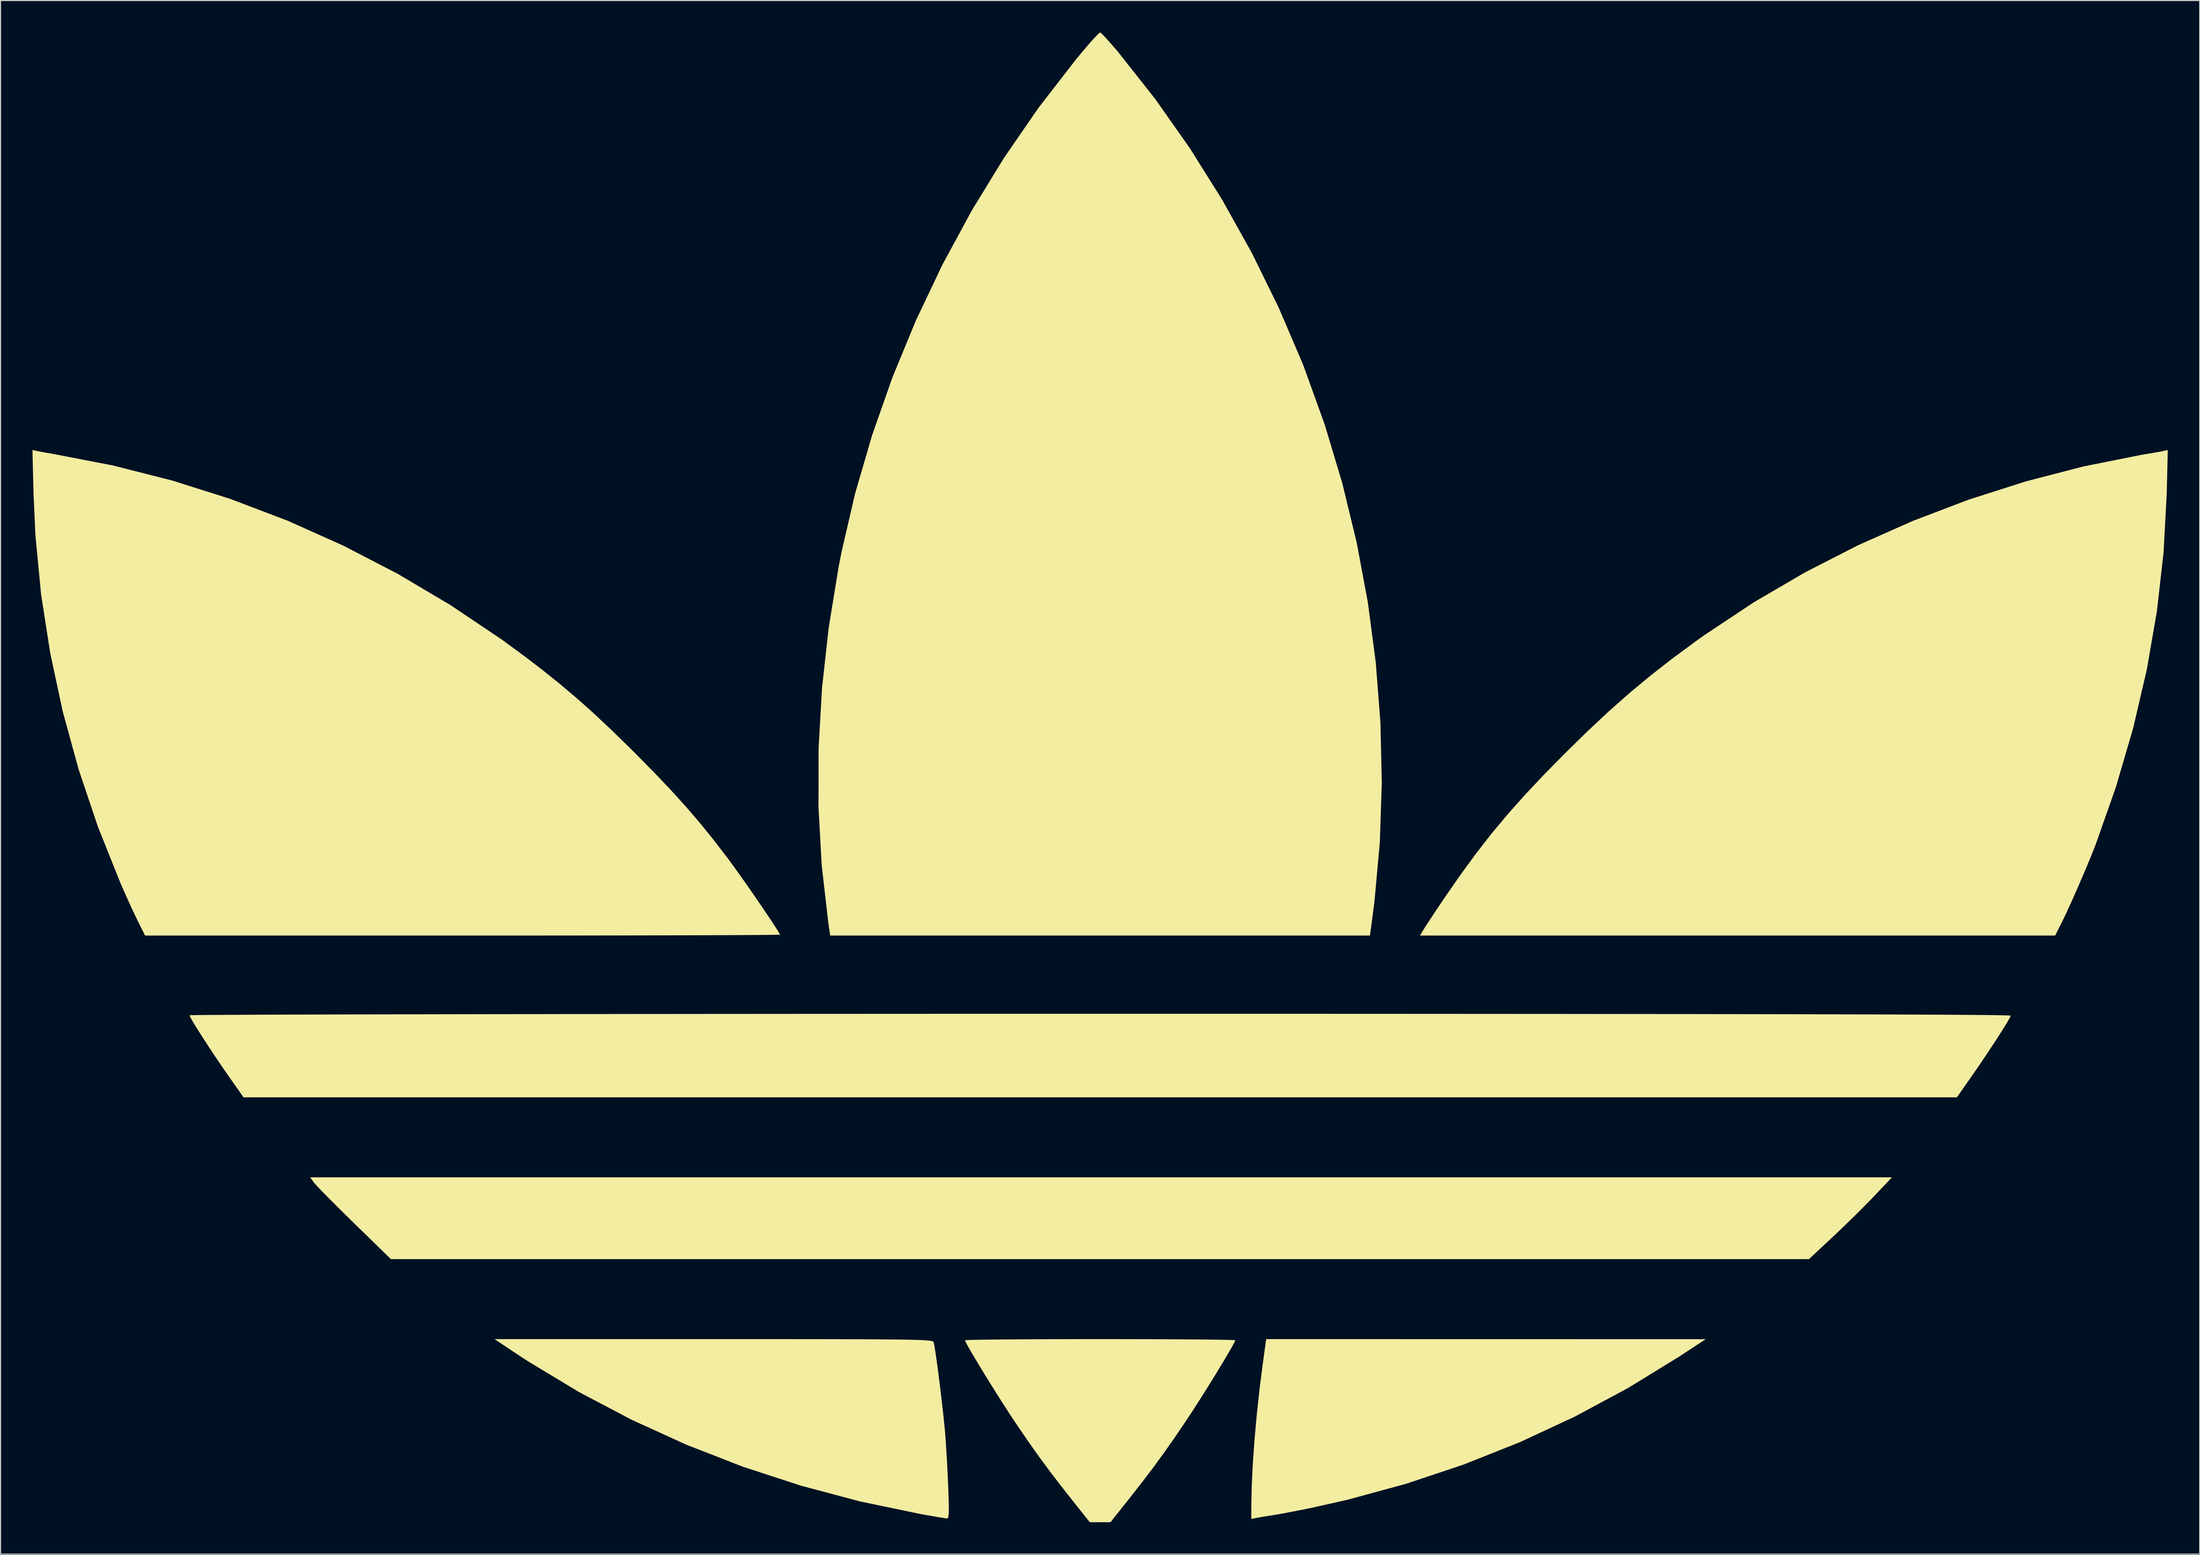
<source format=kicad_pcb>
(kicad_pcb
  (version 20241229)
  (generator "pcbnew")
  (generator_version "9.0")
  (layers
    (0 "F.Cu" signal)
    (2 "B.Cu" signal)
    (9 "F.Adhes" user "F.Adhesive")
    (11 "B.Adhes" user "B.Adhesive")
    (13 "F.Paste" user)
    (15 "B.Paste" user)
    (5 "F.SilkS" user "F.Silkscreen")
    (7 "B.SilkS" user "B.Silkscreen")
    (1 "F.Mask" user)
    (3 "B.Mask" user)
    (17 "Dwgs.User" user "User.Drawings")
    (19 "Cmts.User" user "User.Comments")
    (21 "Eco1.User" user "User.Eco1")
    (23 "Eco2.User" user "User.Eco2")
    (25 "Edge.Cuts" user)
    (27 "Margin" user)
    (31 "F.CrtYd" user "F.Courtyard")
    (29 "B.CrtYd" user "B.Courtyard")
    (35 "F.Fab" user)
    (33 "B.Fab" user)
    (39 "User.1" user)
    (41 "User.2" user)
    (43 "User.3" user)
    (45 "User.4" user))
  (footprint "adidas"
    (layer "F.Cu")
    (at 100.314 70.017)
    (property "Reference" "adidas" (at 0 0 0) (layer "F.SilkS") (effects (font (size 1.524 1.524) (thickness 0.3))))
    (attr board_only exclude_from_pos_files exclude_from_bom)
    (fp_poly (pts (xy 72.778 39.312) (xy 72.086 40.027) (xy 71.232 40.884) (xy 70.301 41.798) (xy 69.379 42.685) (xy 68.881 43.155) (xy 66.602 45.286) (xy -66.635 45.286) (xy -70.082 41.925) (xy -70.986 41.039) (xy -71.825 40.207) (xy -72.566 39.462) (xy -73.175 38.841) (xy -73.616 38.376) (xy -73.857 38.104) (xy -73.873 38.082) (xy -74.217 37.599) (xy 74.396 37.599)) (stroke (width 0) (type solid)) (fill yes) (layer "F.SilkS"))
    (fp_poly (pts (xy 36.251 52.809) (xy 56.899 52.812) (xy 54.393 54.456) (xy 49.589 57.409) (xy 44.602 60.088) (xy 39.45 62.487) (xy 34.154 64.596) (xy 28.733 66.408) (xy 23.207 67.914) (xy 19.879 68.661) (xy 18.902 68.859) (xy 17.93 69.048) (xy 17.064 69.21) (xy 16.401 69.325) (xy 16.286 69.343) (xy 15.625 69.448) (xy 15.035 69.547) (xy 14.663 69.616) (xy 14.204 69.709) (xy 14.206 68.485) (xy 14.244 66.651) (xy 14.344 64.568) (xy 14.503 62.313) (xy 14.713 59.964) (xy 14.968 57.598) (xy 15.242 55.437) (xy 15.602 52.805)) (stroke (width 0) (type solid)) (fill yes) (layer "F.SilkS"))
    (fp_poly (pts (xy 0.156 -69.895) (xy 0.483 -69.56) (xy 0.937 -69.057) (xy 1.477 -68.432) (xy 1.725 -68.137) (xy 5.177 -63.76) (xy 8.429 -59.137) (xy 11.461 -54.303) (xy 14.251 -49.297) (xy 16.777 -44.155) (xy 19.017 -38.913) (xy 19.172 -38.518) (xy 21.113 -33.125) (xy 22.759 -27.632) (xy 24.108 -22.061) (xy 25.156 -16.438) (xy 25.9 -10.786) (xy 26.338 -5.13) (xy 26.466 0.506) (xy 26.281 6.098) (xy 25.781 11.621) (xy 25.628 12.825) (xy 25.354 14.872) (xy -25.362 14.872) (xy -25.55 13.577) (xy -26.161 8.241) (xy -26.461 2.796) (xy -26.452 -2.743) (xy -26.132 -8.364) (xy -25.504 -14.053) (xy -24.566 -19.797) (xy -24.299 -21.161) (xy -23.019 -26.688) (xy -21.417 -32.182) (xy -19.506 -37.615) (xy -17.301 -42.962) (xy -14.813 -48.195) (xy -12.055 -53.287) (xy -9.041 -58.211) (xy -5.783 -62.941) (xy -2.295 -67.449) (xy -1.725 -68.137) (xy -1.16 -68.801) (xy -0.664 -69.362) (xy -0.278 -69.775) (xy -0.044 -69.994) (xy 0 -70.017)) (stroke (width 0) (type solid)) (fill yes) (layer "F.SilkS"))
    (fp_poly (pts (xy 100.216 -26.704) (xy 99.92 -21.163) (xy 99.294 -15.629) (xy 98.337 -10.101) (xy 97.048 -4.574) (xy 95.426 0.956) (xy 93.526 6.35) (xy 93.176 7.236) (xy 92.736 8.303) (xy 92.24 9.471) (xy 91.725 10.657) (xy 91.225 11.781) (xy 90.776 12.761) (xy 90.414 13.516) (xy 90.398 13.547) (xy 89.732 14.872) (xy 30.052 14.872) (xy 30.428 14.246) (xy 30.649 13.895) (xy 31.018 13.331) (xy 31.492 12.616) (xy 32.031 11.812) (xy 32.39 11.28) (xy 33.886 9.122) (xy 35.331 7.147) (xy 36.778 5.29) (xy 38.281 3.487) (xy 39.892 1.675) (xy 41.666 -0.211) (xy 43.605 -2.183) (xy 45.758 -4.296) (xy 47.787 -6.197) (xy 49.762 -7.944) (xy 51.753 -9.596) (xy 53.829 -11.214) (xy 56.059 -12.856) (xy 56.816 -13.395) (xy 61.419 -16.453) (xy 66.232 -19.266) (xy 71.225 -21.821) (xy 76.37 -24.107) (xy 81.637 -26.112) (xy 86.996 -27.824) (xy 92.419 -29.23) (xy 97.876 -30.319) (xy 98.425 -30.41) (xy 99.057 -30.517) (xy 99.607 -30.616) (xy 99.912 -30.677) (xy 100.312 -30.766)) (stroke (width 0) (type solid)) (fill yes) (layer "F.SilkS"))
    (fp_poly (pts (xy -33.26 52.805) (xy -30.523 52.806) (xy -28.085 52.808) (xy -25.93 52.81) (xy -24.039 52.814) (xy -22.395 52.819) (xy -20.982 52.826) (xy -19.781 52.836) (xy -18.775 52.847) (xy -17.948 52.861) (xy -17.28 52.877) (xy -16.756 52.897) (xy -16.357 52.92) (xy -16.067 52.946) (xy -15.868 52.976) (xy -15.742 53.01) (xy -15.673 53.049) (xy -15.643 53.091) (xy -15.64 53.098) (xy -15.572 53.422) (xy -15.476 54.021) (xy -15.358 54.838) (xy -15.226 55.816) (xy -15.088 56.896) (xy -14.95 58.023) (xy -14.82 59.138) (xy -14.704 60.185) (xy -14.611 61.105) (xy -14.554 61.745) (xy -14.485 62.706) (xy -14.413 63.876) (xy -14.344 65.131) (xy -14.287 66.348) (xy -14.268 66.8) (xy -14.23 67.864) (xy -14.213 68.637) (xy -14.22 69.161) (xy -14.251 69.479) (xy -14.31 69.633) (xy -14.388 69.667) (xy -14.632 69.633) (xy -15.136 69.55) (xy -15.834 69.43) (xy -16.657 69.285) (xy -16.878 69.245) (xy -22.548 68.064) (xy -28.114 66.58) (xy -33.557 64.802) (xy -38.862 62.736) (xy -44.011 60.389) (xy -48.988 57.766) (xy -53.775 54.876) (xy -55.059 54.034) (xy -56.897 52.805) (xy -36.314 52.805)) (stroke (width 0) (type solid)) (fill yes) (layer "F.SilkS"))
    (fp_poly (pts (xy 2.027 52.807) (xy 3.955 52.811) (xy 5.757 52.817) (xy 7.407 52.825) (xy 8.881 52.836) (xy 10.152 52.848) (xy 11.195 52.862) (xy 11.984 52.876) (xy 12.493 52.892) (xy 12.697 52.909) (xy 12.7 52.912) (xy 12.614 53.118) (xy 12.373 53.562) (xy 12.004 54.202) (xy 11.532 54.995) (xy 10.985 55.898) (xy 10.387 56.868) (xy 9.765 57.863) (xy 9.146 58.839) (xy 8.555 59.755) (xy 8.018 60.567) (xy 8.012 60.576) (xy 6.973 62.105) (xy 6.006 63.483) (xy 5.045 64.802) (xy 4.019 66.156) (xy 2.862 67.639) (xy 2.467 68.137) (xy 0.972 70.017) (xy -0.972 70.017) (xy -2.467 68.137) (xy -3.679 66.597) (xy -4.738 65.213) (xy -5.712 63.893) (xy -6.669 62.543) (xy -7.679 61.07) (xy -8.012 60.576) (xy -8.548 59.765) (xy -9.138 58.851) (xy -9.758 57.874) (xy -10.379 56.88) (xy -10.978 55.909) (xy -11.526 55.005) (xy -11.999 54.211) (xy -12.37 53.569) (xy -12.612 53.122) (xy -12.7 52.912) (xy -12.7 52.912) (xy -12.537 52.895) (xy -12.066 52.878) (xy -11.312 52.863) (xy -10.3 52.85) (xy -9.057 52.837) (xy -7.608 52.827) (xy -5.979 52.818) (xy -4.195 52.811) (xy -2.283 52.807) (xy -0.267 52.805) (xy 0 52.805)) (stroke (width 0) (type solid)) (fill yes) (layer "F.SilkS"))
    (fp_poly (pts (xy -99.912 -30.677) (xy -99.538 -30.603) (xy -98.967 -30.502) (xy -98.425 -30.41) (xy -92.77 -29.317) (xy -87.201 -27.903) (xy -81.728 -26.173) (xy -76.364 -24.132) (xy -71.119 -21.784) (xy -66.005 -19.134) (xy -61.033 -16.187) (xy -56.214 -12.948) (xy -54.339 -11.576) (xy -52.526 -10.193) (xy -50.855 -8.858) (xy -49.26 -7.514) (xy -47.676 -6.104) (xy -46.036 -4.569) (xy -44.276 -2.853) (xy -43.605 -2.185) (xy -41.848 -0.402) (xy -40.298 1.232) (xy -38.899 2.776) (xy -37.598 4.294) (xy -36.342 5.845) (xy -35.077 7.492) (xy -34.876 7.761) (xy -34.4 8.41) (xy -33.844 9.187) (xy -33.237 10.048) (xy -32.611 10.949) (xy -31.993 11.847) (xy -31.414 12.699) (xy -30.904 13.46) (xy -30.492 14.088) (xy -30.209 14.539) (xy -30.083 14.769) (xy -30.079 14.785) (xy -30.243 14.794) (xy -30.725 14.803) (xy -31.508 14.812) (xy -32.574 14.82) (xy -33.908 14.828) (xy -35.492 14.835) (xy -37.31 14.842) (xy -39.345 14.848) (xy -41.58 14.854) (xy -43.999 14.859) (xy -46.584 14.863) (xy -49.319 14.867) (xy -52.188 14.869) (xy -55.173 14.871) (xy -58.258 14.872) (xy -59.905 14.872) (xy -89.732 14.872) (xy -90.382 13.577) (xy -90.692 12.938) (xy -91.086 12.091) (xy -91.52 11.134) (xy -91.948 10.167) (xy -92.052 9.926) (xy -94.166 4.639) (xy -95.973 -0.738) (xy -97.468 -6.185) (xy -98.646 -11.681) (xy -99.504 -17.206) (xy -100.036 -22.74) (xy -100.212 -26.621) (xy -100.314 -30.766)) (stroke (width 0) (type solid)) (fill yes) (layer "F.SilkS"))
    (fp_poly (pts (xy 7.118 22.225) (xy 13.904 22.226) (xy 20.362 22.227) (xy 26.496 22.229) (xy 32.307 22.232) (xy 37.798 22.235) (xy 42.974 22.238) (xy 47.837 22.243) (xy 52.39 22.247) (xy 56.635 22.253) (xy 60.577 22.259) (xy 64.217 22.265) (xy 67.56 22.272) (xy 70.607 22.28) (xy 73.363 22.288) (xy 75.83 22.297) (xy 78.011 22.307) (xy 79.909 22.317) (xy 81.527 22.328) (xy 82.868 22.34) (xy 83.935 22.352) (xy 84.732 22.365) (xy 85.26 22.378) (xy 85.524 22.393) (xy 85.558 22.4) (xy 85.467 22.609) (xy 85.214 23.05) (xy 84.824 23.683) (xy 84.325 24.465) (xy 83.745 25.354) (xy 83.11 26.308) (xy 82.446 27.287) (xy 81.783 28.247) (xy 81.757 28.283) (xy 80.5 30.079) (xy -80.483 30.079) (xy -81.918 28.032) (xy -82.538 27.136) (xy -83.168 26.205) (xy -83.779 25.283) (xy -84.343 24.415) (xy -84.831 23.645) (xy -85.216 23.017) (xy -85.467 22.575) (xy -85.558 22.365) (xy -85.558 22.365) (xy -85.392 22.356) (xy -84.903 22.347) (xy -84.098 22.339) (xy -82.99 22.331) (xy -81.586 22.323) (xy -79.898 22.315) (xy -77.935 22.307) (xy -75.707 22.3) (xy -73.224 22.293) (xy -70.495 22.286) (xy -67.531 22.279) (xy -64.342 22.273) (xy -60.937 22.267) (xy -57.327 22.261) (xy -53.521 22.256) (xy -49.529 22.251) (xy -45.36 22.246) (xy -41.026 22.242) (xy -36.536 22.238) (xy -31.899 22.235) (xy -27.125 22.232) (xy -22.225 22.23) (xy -17.209 22.228) (xy -12.085 22.226) (xy -6.865 22.225) (xy -1.558 22.225) (xy 0 22.225)) (stroke (width 0) (type solid)) (fill yes) (layer "F.SilkS")))
  (gr_rect
    (start -3 -3)
    (end 203.626 143.034)
    (stroke (width 0.1) (type default))
    (fill no)
    (layer "Edge.Cuts")))
</source>
